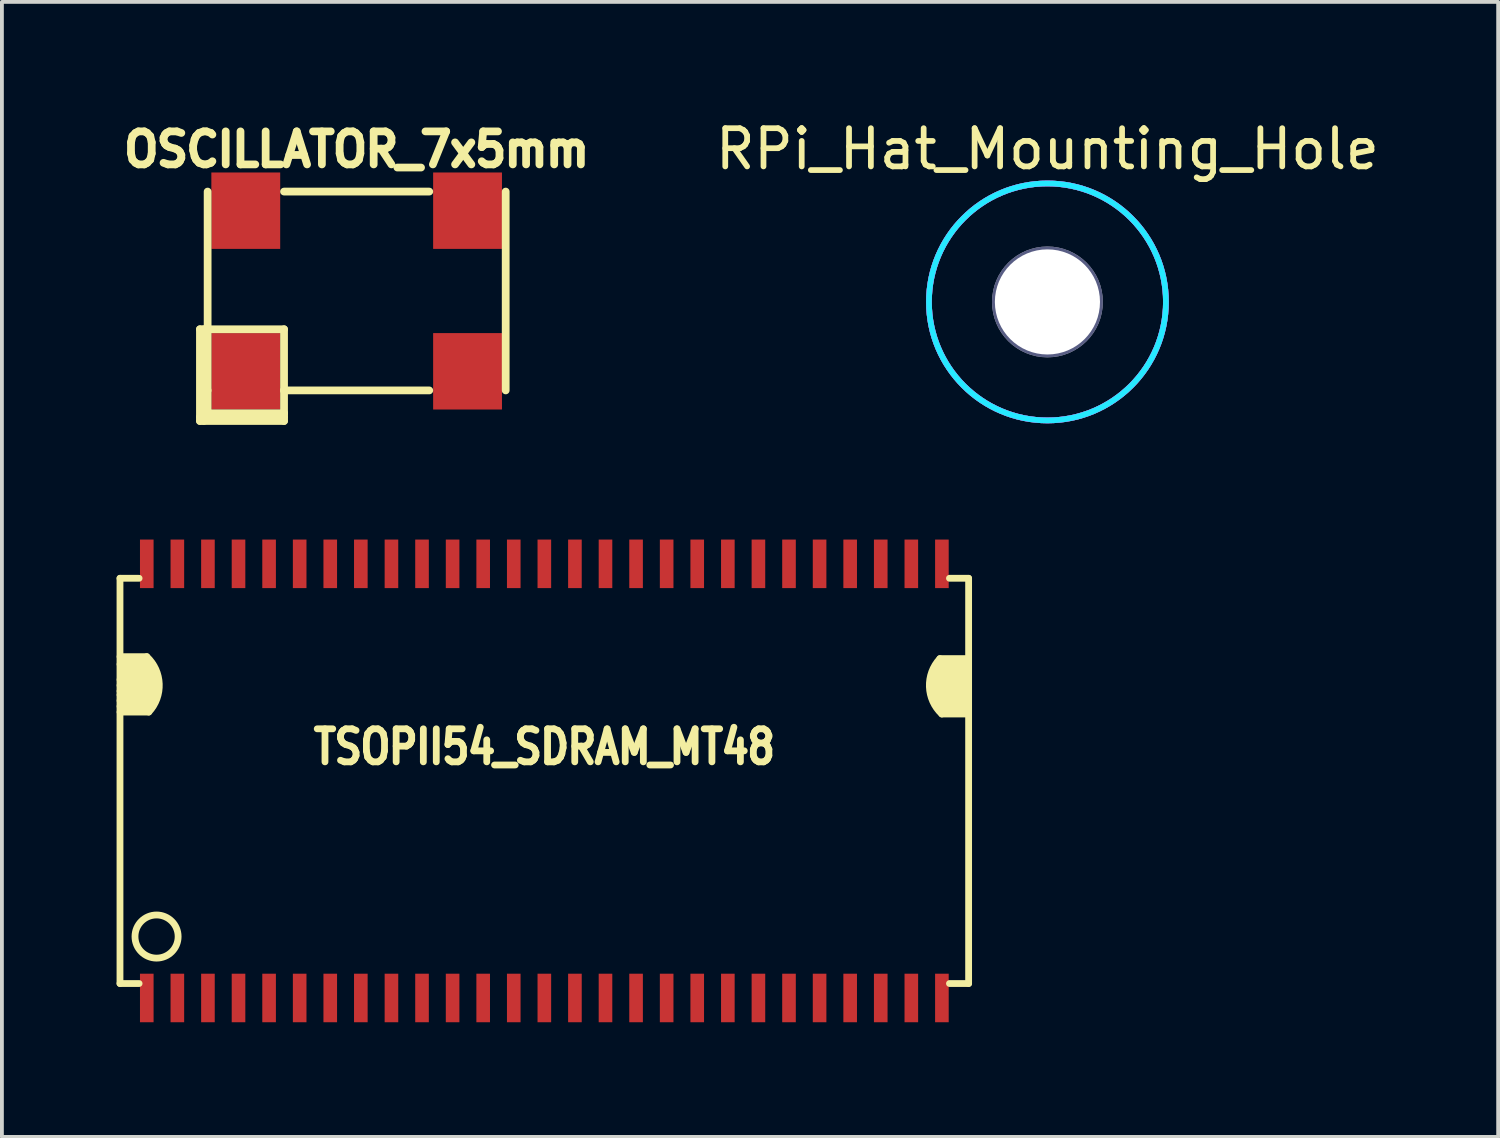
<source format=kicad_pcb>
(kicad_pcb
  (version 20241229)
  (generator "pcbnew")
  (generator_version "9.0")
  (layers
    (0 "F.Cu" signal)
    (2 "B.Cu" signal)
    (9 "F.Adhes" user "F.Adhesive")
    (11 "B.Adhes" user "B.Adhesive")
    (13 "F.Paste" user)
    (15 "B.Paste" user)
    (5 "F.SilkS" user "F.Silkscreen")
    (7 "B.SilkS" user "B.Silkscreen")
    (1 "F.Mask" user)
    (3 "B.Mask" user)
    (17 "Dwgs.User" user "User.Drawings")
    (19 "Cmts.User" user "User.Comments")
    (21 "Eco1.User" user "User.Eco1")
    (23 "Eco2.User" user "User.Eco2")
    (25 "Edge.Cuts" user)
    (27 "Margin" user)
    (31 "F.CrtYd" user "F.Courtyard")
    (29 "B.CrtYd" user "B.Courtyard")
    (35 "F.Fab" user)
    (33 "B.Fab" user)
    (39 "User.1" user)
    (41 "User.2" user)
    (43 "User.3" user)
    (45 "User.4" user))
  (footprint "RPi_Hat_Mounting_Hole"
    (layer "F.Cu")
    (at 24.353 4.849)
    (property "Reference" "RPi_Hat_Mounting_Hole" (at 0 -4 0) (layer "F.SilkS") (effects (font (size 1 1) (thickness 0.15))))
    (attr through_hole)
    (fp_circle (center 0 0) (end 3.1 0) (stroke (width 0.15) (type solid)) (fill no) (layer "B.CrtYd"))
    (fp_circle (center 0 0) (end 3.1 0) (stroke (width 0.15) (type solid)) (fill no) (layer "F.CrtYd"))
    (fp_circle (center 0 0) (end 1.375 0) (stroke (width 0.15) (type solid)) (fill no) (layer "B.Fab"))
    (fp_circle (center 0 0) (end 3.1 0) (stroke (width 0.15) (type solid)) (fill no) (layer "B.Fab"))
    (fp_circle (center 0 0) (end 1.375 0) (stroke (width 0.15) (type solid)) (fill no) (layer "F.Fab"))
    (fp_circle (center 0 0) (end 3.1 0) (stroke (width 0.15) (type solid)) (fill no) (layer "F.Fab"))
    (pad "" thru_hole circle (at 0 0) (size 2.75 2.75) (drill 2.75) (layers "*.Cu" "*.Mask" "F.SilkS")))
  (footprint "TSOPII54_SDRAM_MT48"
    (layer "F.Cu")
    (at 11.191 17.38)
    (property "Reference" "TSOPII54_SDRAM_MT48" (at 0 -0.889 0) (layer "F.SilkS") (effects (font (size 0.864 0.711) (thickness 0.178))))
    (attr smd)
    (fp_line (start -11.102 -5.301) (end -11.102 5.301) (stroke (width 0.178) (type solid)) (layer "F.SilkS"))
    (fp_line (start -11.102 -5.301) (end -10.602 -5.301) (stroke (width 0.178) (type solid)) (layer "F.SilkS"))
    (fp_line (start -11.102 5.301) (end -10.602 5.301) (stroke (width 0.178) (type solid)) (layer "F.SilkS"))
    (fp_line (start -11.1 -2.649) (end -10.15 -2.649) (stroke (width 0.178) (type solid)) (layer "F.SilkS"))
    (fp_line (start -11.1 -2.499) (end -10.102 -2.499) (stroke (width 0.178) (type solid)) (layer "F.SilkS"))
    (fp_line (start -11.1 -2.349) (end -10.15 -2.349) (stroke (width 0.178) (type solid)) (layer "F.SilkS"))
    (fp_line (start -11.1 -2.25) (end -10.15 -2.25) (stroke (width 0.178) (type solid)) (layer "F.SilkS"))
    (fp_line (start -11.1 -2.101) (end -10.201 -2.101) (stroke (width 0.178) (type solid)) (layer "F.SilkS"))
    (fp_line (start -11.1 -1.951) (end -10.251 -1.951) (stroke (width 0.178) (type solid)) (layer "F.SilkS"))
    (fp_line (start -11.052 -3.15) (end -10.401 -3.15) (stroke (width 0.178) (type solid)) (layer "F.SilkS"))
    (fp_line (start -11.052 -2.901) (end -10.251 -2.901) (stroke (width 0.178) (type solid)) (layer "F.SilkS"))
    (fp_line (start -10.401 -3.251) (end -11.1 -3.251) (stroke (width 0.178) (type solid)) (layer "F.SilkS"))
    (fp_line (start -10.351 -1.801) (end -11.1 -1.801) (stroke (width 0.178) (type solid)) (layer "F.SilkS"))
    (fp_line (start -10.251 -3.051) (end -11.1 -3.051) (stroke (width 0.178) (type solid)) (layer "F.SilkS"))
    (fp_line (start -10.15 -2.799) (end -11.052 -2.799) (stroke (width 0.178) (type solid)) (layer "F.SilkS"))
    (fp_line (start 10.147 -2.4) (end 11.049 -2.4) (stroke (width 0.178) (type solid)) (layer "F.SilkS"))
    (fp_line (start 10.198 -2.799) (end 11.049 -2.799) (stroke (width 0.178) (type solid)) (layer "F.SilkS"))
    (fp_line (start 10.198 -2.2) (end 11.049 -2.2) (stroke (width 0.178) (type solid)) (layer "F.SilkS"))
    (fp_line (start 10.297 -1.9) (end 11.049 -1.9) (stroke (width 0.178) (type solid)) (layer "F.SilkS"))
    (fp_line (start 10.348 -3.2) (end 11.097 -3.2) (stroke (width 0.178) (type solid)) (layer "F.SilkS"))
    (fp_line (start 10.348 -3.099) (end 11.049 -3.099) (stroke (width 0.178) (type solid)) (layer "F.SilkS"))
    (fp_line (start 10.399 -1.75) (end 11.097 -1.75) (stroke (width 0.178) (type solid)) (layer "F.SilkS"))
    (fp_line (start 11.049 -2.949) (end 10.249 -2.949) (stroke (width 0.178) (type solid)) (layer "F.SilkS"))
    (fp_line (start 11.049 -2.301) (end 10.198 -2.301) (stroke (width 0.178) (type solid)) (layer "F.SilkS"))
    (fp_line (start 11.097 -2.649) (end 10.147 -2.649) (stroke (width 0.178) (type solid)) (layer "F.SilkS"))
    (fp_line (start 11.097 -2.499) (end 10.099 -2.499) (stroke (width 0.178) (type solid)) (layer "F.SilkS"))
    (fp_line (start 11.097 -2.05) (end 10.249 -2.05) (stroke (width 0.178) (type solid)) (layer "F.SilkS"))
    (fp_line (start 11.1 -5.301) (end 10.599 -5.301) (stroke (width 0.178) (type solid)) (layer "F.SilkS"))
    (fp_line (start 11.1 -5.301) (end 11.1 5.301) (stroke (width 0.178) (type solid)) (layer "F.SilkS"))
    (fp_line (start 11.1 5.301) (end 10.599 5.301) (stroke (width 0.178) (type solid)) (layer "F.SilkS"))
    (fp_arc (start -10.4013 -3.2512) (mid -10.074255 -2.537077) (end -10.34796 -1.80086) (stroke (width 0.1778) (type solid)) (layer "F.SilkS"))
    (fp_arc (start 10.39876 -1.75006) (mid 10.073511 -2.463439) (end 10.34796 -3.19786) (stroke (width 0.1778) (type solid)) (layer "F.SilkS"))
    (fp_circle (center -10.145 4.072) (end -9.746 3.673) (stroke (width 0.178) (type solid)) (fill no) (layer "F.SilkS"))
    (pad "1" smd rect (at -10.401 5.679) (size 0.356 1.27) (layers "F.Cu" "F.Mask" "F.Paste"))
    (pad "2" smd rect (at -9.601 5.679) (size 0.356 1.27) (layers "F.Cu" "F.Mask" "F.Paste"))
    (pad "3" smd rect (at -8.801 5.679) (size 0.356 1.27) (layers "F.Cu" "F.Mask" "F.Paste"))
    (pad "4" smd rect (at -8.001 5.679) (size 0.356 1.27) (layers "F.Cu" "F.Mask" "F.Paste"))
    (pad "5" smd rect (at -7.201 5.679) (size 0.356 1.27) (layers "F.Cu" "F.Mask" "F.Paste"))
    (pad "6" smd rect (at -6.401 5.679) (size 0.356 1.27) (layers "F.Cu" "F.Mask" "F.Paste"))
    (pad "7" smd rect (at -5.601 5.679) (size 0.356 1.27) (layers "F.Cu" "F.Mask" "F.Paste"))
    (pad "8" smd rect (at -4.801 5.679) (size 0.356 1.27) (layers "F.Cu" "F.Mask" "F.Paste"))
    (pad "9" smd rect (at -4 5.679) (size 0.356 1.27) (layers "F.Cu" "F.Mask" "F.Paste"))
    (pad "10" smd rect (at -3.2 5.679) (size 0.356 1.27) (layers "F.Cu" "F.Mask" "F.Paste"))
    (pad "11" smd rect (at -2.4 5.679) (size 0.356 1.27) (layers "F.Cu" "F.Mask" "F.Paste"))
    (pad "12" smd rect (at -1.6 5.679) (size 0.356 1.27) (layers "F.Cu" "F.Mask" "F.Paste"))
    (pad "13" smd rect (at -0.8 5.679) (size 0.356 1.27) (layers "F.Cu" "F.Mask" "F.Paste"))
    (pad "14" smd rect (at 0 5.679) (size 0.356 1.27) (layers "F.Cu" "F.Mask" "F.Paste"))
    (pad "15" smd rect (at 0.8 5.679) (size 0.356 1.27) (layers "F.Cu" "F.Mask" "F.Paste"))
    (pad "16" smd rect (at 1.6 5.679) (size 0.356 1.27) (layers "F.Cu" "F.Mask" "F.Paste"))
    (pad "17" smd rect (at 2.4 5.679) (size 0.356 1.27) (layers "F.Cu" "F.Mask" "F.Paste"))
    (pad "18" smd rect (at 3.2 5.679) (size 0.356 1.27) (layers "F.Cu" "F.Mask" "F.Paste"))
    (pad "19" smd rect (at 4 5.679) (size 0.356 1.27) (layers "F.Cu" "F.Mask" "F.Paste"))
    (pad "20" smd rect (at 4.801 5.679) (size 0.356 1.27) (layers "F.Cu" "F.Mask" "F.Paste"))
    (pad "21" smd rect (at 5.601 5.679) (size 0.356 1.27) (layers "F.Cu" "F.Mask" "F.Paste"))
    (pad "22" smd rect (at 6.401 5.679) (size 0.356 1.27) (layers "F.Cu" "F.Mask" "F.Paste"))
    (pad "23" smd rect (at 7.201 5.679) (size 0.356 1.27) (layers "F.Cu" "F.Mask" "F.Paste"))
    (pad "24" smd rect (at 8.001 5.679) (size 0.356 1.27) (layers "F.Cu" "F.Mask" "F.Paste"))
    (pad "25" smd rect (at 8.801 5.679) (size 0.356 1.27) (layers "F.Cu" "F.Mask" "F.Paste"))
    (pad "26" smd rect (at 9.601 5.679) (size 0.356 1.27) (layers "F.Cu" "F.Mask" "F.Paste"))
    (pad "27" smd rect (at 10.401 5.679) (size 0.356 1.27) (layers "F.Cu" "F.Mask" "F.Paste"))
    (pad "28" smd rect (at 10.401 -5.679) (size 0.356 1.27) (layers "F.Cu" "F.Mask" "F.Paste"))
    (pad "29" smd rect (at 9.601 -5.679) (size 0.356 1.27) (layers "F.Cu" "F.Mask" "F.Paste"))
    (pad "30" smd rect (at 8.801 -5.679) (size 0.356 1.27) (layers "F.Cu" "F.Mask" "F.Paste"))
    (pad "31" smd rect (at 8.001 -5.679) (size 0.356 1.27) (layers "F.Cu" "F.Mask" "F.Paste"))
    (pad "32" smd rect (at 7.201 -5.679) (size 0.356 1.27) (layers "F.Cu" "F.Mask" "F.Paste"))
    (pad "33" smd rect (at 6.401 -5.679) (size 0.356 1.27) (layers "F.Cu" "F.Mask" "F.Paste"))
    (pad "34" smd rect (at 5.601 -5.679) (size 0.356 1.27) (layers "F.Cu" "F.Mask" "F.Paste"))
    (pad "35" smd rect (at 4.801 -5.679) (size 0.356 1.27) (layers "F.Cu" "F.Mask" "F.Paste"))
    (pad "36" smd rect (at 4 -5.679) (size 0.356 1.27) (layers "F.Cu" "F.Mask" "F.Paste"))
    (pad "37" smd rect (at 3.2 -5.679) (size 0.356 1.27) (layers "F.Cu" "F.Mask" "F.Paste"))
    (pad "38" smd rect (at 2.4 -5.679) (size 0.356 1.27) (layers "F.Cu" "F.Mask" "F.Paste"))
    (pad "39" smd rect (at 1.6 -5.679) (size 0.356 1.27) (layers "F.Cu" "F.Mask" "F.Paste"))
    (pad "40" smd rect (at 0.8 -5.679) (size 0.356 1.27) (layers "F.Cu" "F.Mask" "F.Paste"))
    (pad "41" smd rect (at 0 -5.679) (size 0.356 1.27) (layers "F.Cu" "F.Mask" "F.Paste"))
    (pad "42" smd rect (at -0.8 -5.679) (size 0.356 1.27) (layers "F.Cu" "F.Mask" "F.Paste"))
    (pad "43" smd rect (at -1.6 -5.679) (size 0.356 1.27) (layers "F.Cu" "F.Mask" "F.Paste"))
    (pad "44" smd rect (at -2.4 -5.679) (size 0.356 1.27) (layers "F.Cu" "F.Mask" "F.Paste"))
    (pad "45" smd rect (at -3.2 -5.679) (size 0.356 1.27) (layers "F.Cu" "F.Mask" "F.Paste"))
    (pad "46" smd rect (at -4 -5.679) (size 0.356 1.27) (layers "F.Cu" "F.Mask" "F.Paste"))
    (pad "47" smd rect (at -4.801 -5.679) (size 0.356 1.27) (layers "F.Cu" "F.Mask" "F.Paste"))
    (pad "48" smd rect (at -5.601 -5.679) (size 0.356 1.27) (layers "F.Cu" "F.Mask" "F.Paste"))
    (pad "49" smd rect (at -6.401 -5.679) (size 0.356 1.27) (layers "F.Cu" "F.Mask" "F.Paste"))
    (pad "50" smd rect (at -7.201 -5.679) (size 0.356 1.27) (layers "F.Cu" "F.Mask" "F.Paste"))
    (pad "51" smd rect (at -8.001 -5.679) (size 0.356 1.27) (layers "F.Cu" "F.Mask" "F.Paste"))
    (pad "52" smd rect (at -8.801 -5.679) (size 0.356 1.27) (layers "F.Cu" "F.Mask" "F.Paste"))
    (pad "53" smd rect (at -9.601 -5.679) (size 0.356 1.27) (layers "F.Cu" "F.Mask" "F.Paste"))
    (pad "54" smd rect (at -10.401 -5.679) (size 0.356 1.27) (layers "F.Cu" "F.Mask" "F.Paste")))
  (footprint "OSCILLATOR_7x5mm"
    (layer "F.Cu")
    (at 6.281 4.563)
    (property "Reference" "OSCILLATOR_7x5mm" (at 0 -3.701 0) (layer "F.SilkS") (effects (font (size 0.864 0.813) (thickness 0.203))))
    (attr through_hole)
    (fp_line (start -4.1 1.001) (end -4.1 3.401) (stroke (width 0.203) (type solid)) (layer "F.SilkS"))
    (fp_line (start -4.1 3.401) (end -1.9 3.401) (stroke (width 0.203) (type solid)) (layer "F.SilkS"))
    (fp_line (start -4 3.401) (end -4 1.001) (stroke (width 0.203) (type solid)) (layer "F.SilkS"))
    (fp_line (start -3.899 -2.601) (end -3.899 2.601) (stroke (width 0.203) (type solid)) (layer "F.SilkS"))
    (fp_line (start -3.899 1.001) (end -4.1 1.001) (stroke (width 0.203) (type solid)) (layer "F.SilkS"))
    (fp_line (start -3.899 1.001) (end -1.9 1.001) (stroke (width 0.203) (type solid)) (layer "F.SilkS"))
    (fp_line (start -3.899 3.2) (end -3.899 2.601) (stroke (width 0.203) (type solid)) (layer "F.SilkS"))
    (fp_line (start -1.9 -2.601) (end 1.9 -2.601) (stroke (width 0.203) (type solid)) (layer "F.SilkS"))
    (fp_line (start -1.9 1.001) (end -1.9 2.601) (stroke (width 0.203) (type solid)) (layer "F.SilkS"))
    (fp_line (start -1.9 2.601) (end -1.9 3.2) (stroke (width 0.203) (type solid)) (layer "F.SilkS"))
    (fp_line (start -1.9 2.601) (end 1.9 2.601) (stroke (width 0.203) (type solid)) (layer "F.SilkS"))
    (fp_line (start -1.9 3.2) (end -3.899 3.2) (stroke (width 0.203) (type solid)) (layer "F.SilkS"))
    (fp_line (start -1.9 3.299) (end -4.1 3.299) (stroke (width 0.203) (type solid)) (layer "F.SilkS"))
    (fp_line (start -1.9 3.401) (end -1.9 3.2) (stroke (width 0.203) (type solid)) (layer "F.SilkS"))
    (fp_line (start 3.899 -2.601) (end 3.899 2.601) (stroke (width 0.203) (type solid)) (layer "F.SilkS"))
    (pad "1" smd rect (at -2.901 2.101) (size 1.801 1.999) (layers "F.Cu" "F.Mask" "F.Paste"))
    (pad "2" smd rect (at 2.901 2.101) (size 1.801 1.999) (layers "F.Cu" "F.Mask" "F.Paste"))
    (pad "3" smd rect (at 2.901 -2.101) (size 1.801 1.999) (layers "F.Cu" "F.Mask" "F.Paste"))
    (pad "4" smd rect (at -2.901 -2.101) (size 1.801 1.999) (layers "F.Cu" "F.Mask" "F.Paste")))
  (gr_rect
    (start -3 -3)
    (end 36.145 26.694)
    (stroke (width 0.1) (type default))
    (fill no)
    (layer "Edge.Cuts")))
</source>
